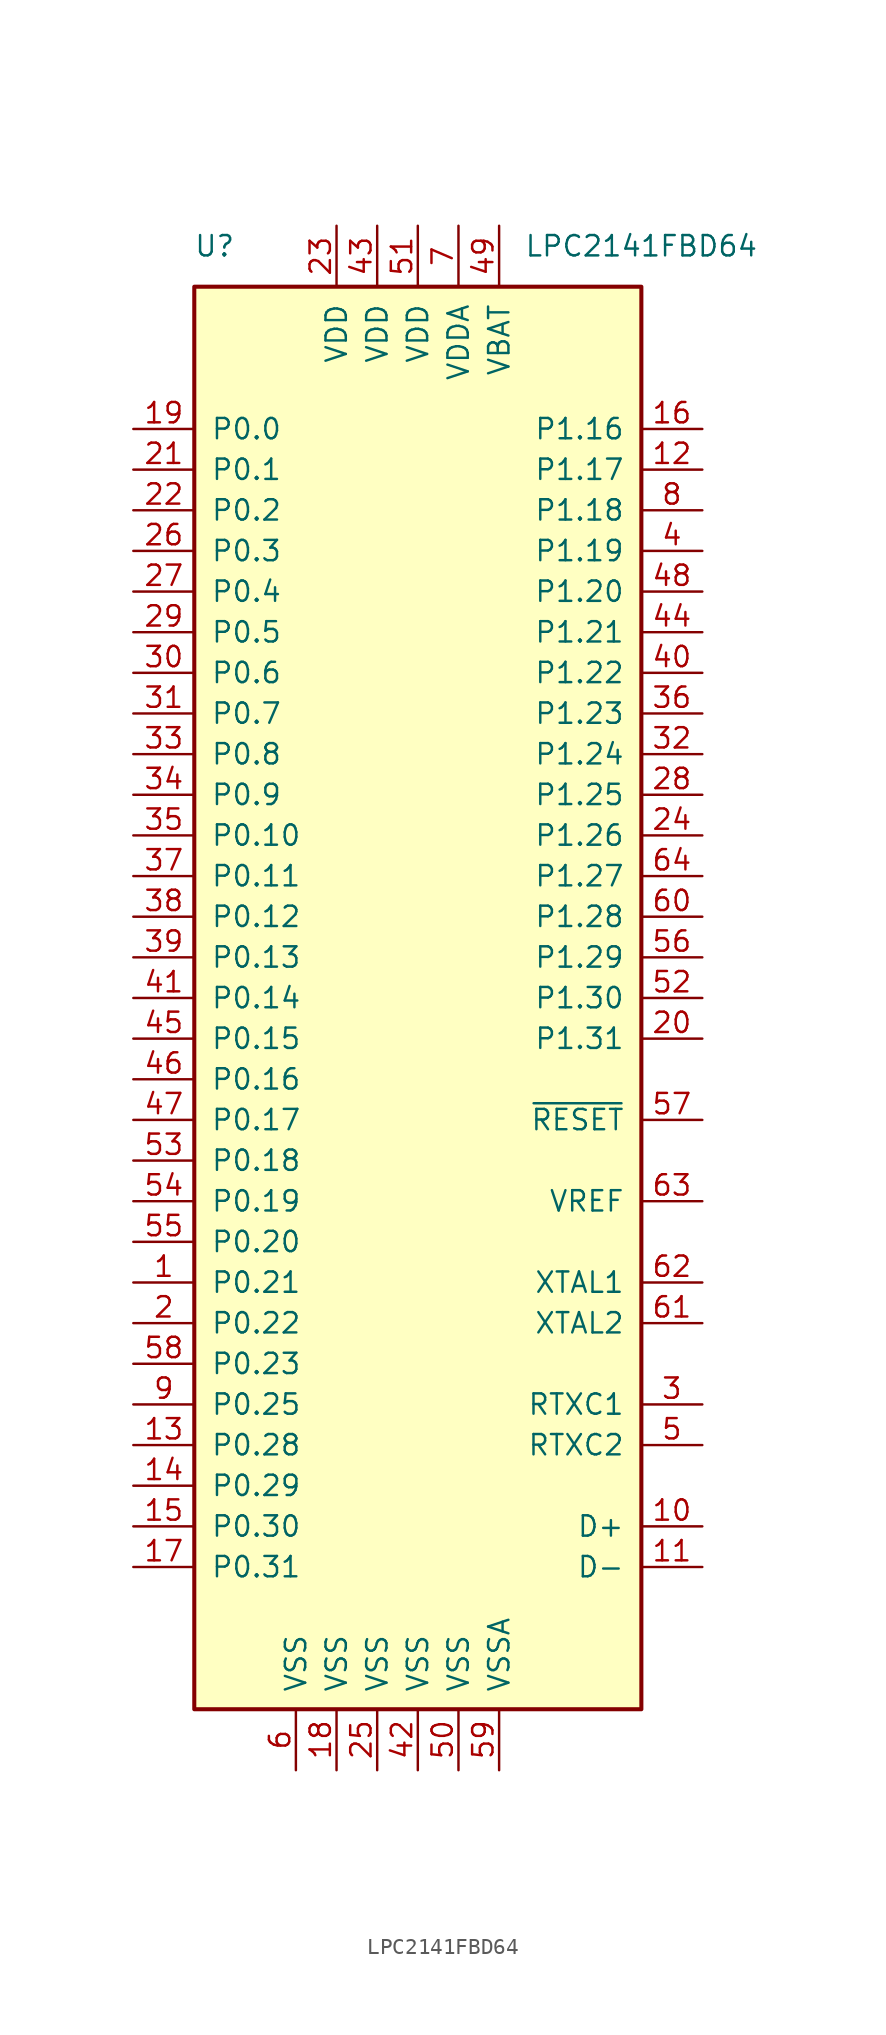
<source format=kicad_sym>
(kicad_symbol_lib
  (version 20211014)
  (generator kicad_symbol_editor)
  (symbol "LPC2141FBD64"
    (pin_names
      (offset 1.016))
    (property "Reference" "U"
      (at -12.7 46.99 0)
      (effects (font (size 1.27 1.27))))
    (property "Value" "LPC2141FBD64"
      (at 13.97 46.99 0)
      (effects (font (size 1.27 1.27))))
    (symbol "LPC2141FBD64_0_1"
      (rectangle (start 13.97 44.45) (end -13.97 -44.45) (stroke (width 0.254) (type default) (color 0 0 0 0)) (fill (type background))))
    (symbol "LPC2141FBD64_1_1"
      (pin bidirectional line (at -17.78 -17.78 0) (length 3.81) (name "P0.21" (effects (font (size 1.27 1.27)))) (number "1" (effects (font (size 1.27 1.27)))))
      (pin bidirectional line (at 17.78 -33.02 180) (length 3.81) (name "D+" (effects (font (size 1.27 1.27)))) (number "10" (effects (font (size 1.27 1.27)))))
      (pin bidirectional line (at 17.78 -35.56 180) (length 3.81) (name "D-" (effects (font (size 1.27 1.27)))) (number "11" (effects (font (size 1.27 1.27)))))
      (pin bidirectional line (at 17.78 33.02 180) (length 3.81) (name "P1.17" (effects (font (size 1.27 1.27)))) (number "12" (effects (font (size 1.27 1.27)))))
      (pin bidirectional line (at -17.78 -27.94 0) (length 3.81) (name "P0.28" (effects (font (size 1.27 1.27)))) (number "13" (effects (font (size 1.27 1.27)))))
      (pin bidirectional line (at -17.78 -30.48 0) (length 3.81) (name "P0.29" (effects (font (size 1.27 1.27)))) (number "14" (effects (font (size 1.27 1.27)))))
      (pin bidirectional line (at -17.78 -33.02 0) (length 3.81) (name "P0.30" (effects (font (size 1.27 1.27)))) (number "15" (effects (font (size 1.27 1.27)))))
      (pin bidirectional line (at 17.78 35.56 180) (length 3.81) (name "P1.16" (effects (font (size 1.27 1.27)))) (number "16" (effects (font (size 1.27 1.27)))))
      (pin output line (at -17.78 -35.56 0) (length 3.81) (name "P0.31" (effects (font (size 1.27 1.27)))) (number "17" (effects (font (size 1.27 1.27)))))
      (pin power_in line (at -5.08 -48.26 90) (length 3.81) (name "VSS" (effects (font (size 1.27 1.27)))) (number "18" (effects (font (size 1.27 1.27)))))
      (pin bidirectional line (at -17.78 35.56 0) (length 3.81) (name "P0.0" (effects (font (size 1.27 1.27)))) (number "19" (effects (font (size 1.27 1.27)))))
      (pin bidirectional line (at -17.78 -20.32 0) (length 3.81) (name "P0.22" (effects (font (size 1.27 1.27)))) (number "2" (effects (font (size 1.27 1.27)))))
      (pin bidirectional line (at 17.78 -2.54 180) (length 3.81) (name "P1.31" (effects (font (size 1.27 1.27)))) (number "20" (effects (font (size 1.27 1.27)))))
      (pin bidirectional line (at -17.78 33.02 0) (length 3.81) (name "P0.1" (effects (font (size 1.27 1.27)))) (number "21" (effects (font (size 1.27 1.27)))))
      (pin bidirectional line (at -17.78 30.48 0) (length 3.81) (name "P0.2" (effects (font (size 1.27 1.27)))) (number "22" (effects (font (size 1.27 1.27)))))
      (pin power_in line (at -5.08 48.26 270) (length 3.81) (name "VDD" (effects (font (size 1.27 1.27)))) (number "23" (effects (font (size 1.27 1.27)))))
      (pin bidirectional line (at 17.78 10.16 180) (length 3.81) (name "P1.26" (effects (font (size 1.27 1.27)))) (number "24" (effects (font (size 1.27 1.27)))))
      (pin power_in line (at -2.54 -48.26 90) (length 3.81) (name "VSS" (effects (font (size 1.27 1.27)))) (number "25" (effects (font (size 1.27 1.27)))))
      (pin bidirectional line (at -17.78 27.94 0) (length 3.81) (name "P0.3" (effects (font (size 1.27 1.27)))) (number "26" (effects (font (size 1.27 1.27)))))
      (pin bidirectional line (at -17.78 25.4 0) (length 3.81) (name "P0.4" (effects (font (size 1.27 1.27)))) (number "27" (effects (font (size 1.27 1.27)))))
      (pin bidirectional line (at 17.78 12.7 180) (length 3.81) (name "P1.25" (effects (font (size 1.27 1.27)))) (number "28" (effects (font (size 1.27 1.27)))))
      (pin bidirectional line (at -17.78 22.86 0) (length 3.81) (name "P0.5" (effects (font (size 1.27 1.27)))) (number "29" (effects (font (size 1.27 1.27)))))
      (pin input line (at 17.78 -25.4 180) (length 3.81) (name "RTXC1" (effects (font (size 1.27 1.27)))) (number "3" (effects (font (size 1.27 1.27)))))
      (pin bidirectional line (at -17.78 20.32 0) (length 3.81) (name "P0.6" (effects (font (size 1.27 1.27)))) (number "30" (effects (font (size 1.27 1.27)))))
      (pin bidirectional line (at -17.78 17.78 0) (length 3.81) (name "P0.7" (effects (font (size 1.27 1.27)))) (number "31" (effects (font (size 1.27 1.27)))))
      (pin bidirectional line (at 17.78 15.24 180) (length 3.81) (name "P1.24" (effects (font (size 1.27 1.27)))) (number "32" (effects (font (size 1.27 1.27)))))
      (pin bidirectional line (at -17.78 15.24 0) (length 3.81) (name "P0.8" (effects (font (size 1.27 1.27)))) (number "33" (effects (font (size 1.27 1.27)))))
      (pin bidirectional line (at -17.78 12.7 0) (length 3.81) (name "P0.9" (effects (font (size 1.27 1.27)))) (number "34" (effects (font (size 1.27 1.27)))))
      (pin bidirectional line (at -17.78 10.16 0) (length 3.81) (name "P0.10" (effects (font (size 1.27 1.27)))) (number "35" (effects (font (size 1.27 1.27)))))
      (pin bidirectional line (at 17.78 17.78 180) (length 3.81) (name "P1.23" (effects (font (size 1.27 1.27)))) (number "36" (effects (font (size 1.27 1.27)))))
      (pin bidirectional line (at -17.78 7.62 0) (length 3.81) (name "P0.11" (effects (font (size 1.27 1.27)))) (number "37" (effects (font (size 1.27 1.27)))))
      (pin bidirectional line (at -17.78 5.08 0) (length 3.81) (name "P0.12" (effects (font (size 1.27 1.27)))) (number "38" (effects (font (size 1.27 1.27)))))
      (pin bidirectional line (at -17.78 2.54 0) (length 3.81) (name "P0.13" (effects (font (size 1.27 1.27)))) (number "39" (effects (font (size 1.27 1.27)))))
      (pin bidirectional line (at 17.78 27.94 180) (length 3.81) (name "P1.19" (effects (font (size 1.27 1.27)))) (number "4" (effects (font (size 1.27 1.27)))))
      (pin bidirectional line (at 17.78 20.32 180) (length 3.81) (name "P1.22" (effects (font (size 1.27 1.27)))) (number "40" (effects (font (size 1.27 1.27)))))
      (pin bidirectional line (at -17.78 0 0) (length 3.81) (name "P0.14" (effects (font (size 1.27 1.27)))) (number "41" (effects (font (size 1.27 1.27)))))
      (pin power_in line (at 0 -48.26 90) (length 3.81) (name "VSS" (effects (font (size 1.27 1.27)))) (number "42" (effects (font (size 1.27 1.27)))))
      (pin power_in line (at -2.54 48.26 270) (length 3.81) (name "VDD" (effects (font (size 1.27 1.27)))) (number "43" (effects (font (size 1.27 1.27)))))
      (pin bidirectional line (at 17.78 22.86 180) (length 3.81) (name "P1.21" (effects (font (size 1.27 1.27)))) (number "44" (effects (font (size 1.27 1.27)))))
      (pin bidirectional line (at -17.78 -2.54 0) (length 3.81) (name "P0.15" (effects (font (size 1.27 1.27)))) (number "45" (effects (font (size 1.27 1.27)))))
      (pin bidirectional line (at -17.78 -5.08 0) (length 3.81) (name "P0.16" (effects (font (size 1.27 1.27)))) (number "46" (effects (font (size 1.27 1.27)))))
      (pin bidirectional line (at -17.78 -7.62 0) (length 3.81) (name "P0.17" (effects (font (size 1.27 1.27)))) (number "47" (effects (font (size 1.27 1.27)))))
      (pin bidirectional line (at 17.78 25.4 180) (length 3.81) (name "P1.20" (effects (font (size 1.27 1.27)))) (number "48" (effects (font (size 1.27 1.27)))))
      (pin power_in line (at 5.08 48.26 270) (length 3.81) (name "VBAT" (effects (font (size 1.27 1.27)))) (number "49" (effects (font (size 1.27 1.27)))))
      (pin output line (at 17.78 -27.94 180) (length 3.81) (name "RTXC2" (effects (font (size 1.27 1.27)))) (number "5" (effects (font (size 1.27 1.27)))))
      (pin power_in line (at 2.54 -48.26 90) (length 3.81) (name "VSS" (effects (font (size 1.27 1.27)))) (number "50" (effects (font (size 1.27 1.27)))))
      (pin power_in line (at 0 48.26 270) (length 3.81) (name "VDD" (effects (font (size 1.27 1.27)))) (number "51" (effects (font (size 1.27 1.27)))))
      (pin bidirectional line (at 17.78 0 180) (length 3.81) (name "P1.30" (effects (font (size 1.27 1.27)))) (number "52" (effects (font (size 1.27 1.27)))))
      (pin bidirectional line (at -17.78 -10.16 0) (length 3.81) (name "P0.18" (effects (font (size 1.27 1.27)))) (number "53" (effects (font (size 1.27 1.27)))))
      (pin bidirectional line (at -17.78 -12.7 0) (length 3.81) (name "P0.19" (effects (font (size 1.27 1.27)))) (number "54" (effects (font (size 1.27 1.27)))))
      (pin bidirectional line (at -17.78 -15.24 0) (length 3.81) (name "P0.20" (effects (font (size 1.27 1.27)))) (number "55" (effects (font (size 1.27 1.27)))))
      (pin bidirectional line (at 17.78 2.54 180) (length 3.81) (name "P1.29" (effects (font (size 1.27 1.27)))) (number "56" (effects (font (size 1.27 1.27)))))
      (pin input line (at 17.78 -7.62 180) (length 3.81) (name "~{RESET}" (effects (font (size 1.27 1.27)))) (number "57" (effects (font (size 1.27 1.27)))))
      (pin bidirectional line (at -17.78 -22.86 0) (length 3.81) (name "P0.23" (effects (font (size 1.27 1.27)))) (number "58" (effects (font (size 1.27 1.27)))))
      (pin power_in line (at 5.08 -48.26 90) (length 3.81) (name "VSSA" (effects (font (size 1.27 1.27)))) (number "59" (effects (font (size 1.27 1.27)))))
      (pin power_in line (at -7.62 -48.26 90) (length 3.81) (name "VSS" (effects (font (size 1.27 1.27)))) (number "6" (effects (font (size 1.27 1.27)))))
      (pin bidirectional line (at 17.78 5.08 180) (length 3.81) (name "P1.28" (effects (font (size 1.27 1.27)))) (number "60" (effects (font (size 1.27 1.27)))))
      (pin output line (at 17.78 -20.32 180) (length 3.81) (name "XTAL2" (effects (font (size 1.27 1.27)))) (number "61" (effects (font (size 1.27 1.27)))))
      (pin input line (at 17.78 -17.78 180) (length 3.81) (name "XTAL1" (effects (font (size 1.27 1.27)))) (number "62" (effects (font (size 1.27 1.27)))))
      (pin input line (at 17.78 -12.7 180) (length 3.81) (name "VREF" (effects (font (size 1.27 1.27)))) (number "63" (effects (font (size 1.27 1.27)))))
      (pin bidirectional line (at 17.78 7.62 180) (length 3.81) (name "P1.27" (effects (font (size 1.27 1.27)))) (number "64" (effects (font (size 1.27 1.27)))))
      (pin power_in line (at 2.54 48.26 270) (length 3.81) (name "VDDA" (effects (font (size 1.27 1.27)))) (number "7" (effects (font (size 1.27 1.27)))))
      (pin bidirectional line (at 17.78 30.48 180) (length 3.81) (name "P1.18" (effects (font (size 1.27 1.27)))) (number "8" (effects (font (size 1.27 1.27)))))
      (pin bidirectional line (at -17.78 -25.4 0) (length 3.81) (name "P0.25" (effects (font (size 1.27 1.27)))) (number "9" (effects (font (size 1.27 1.27))))))))
</source>
